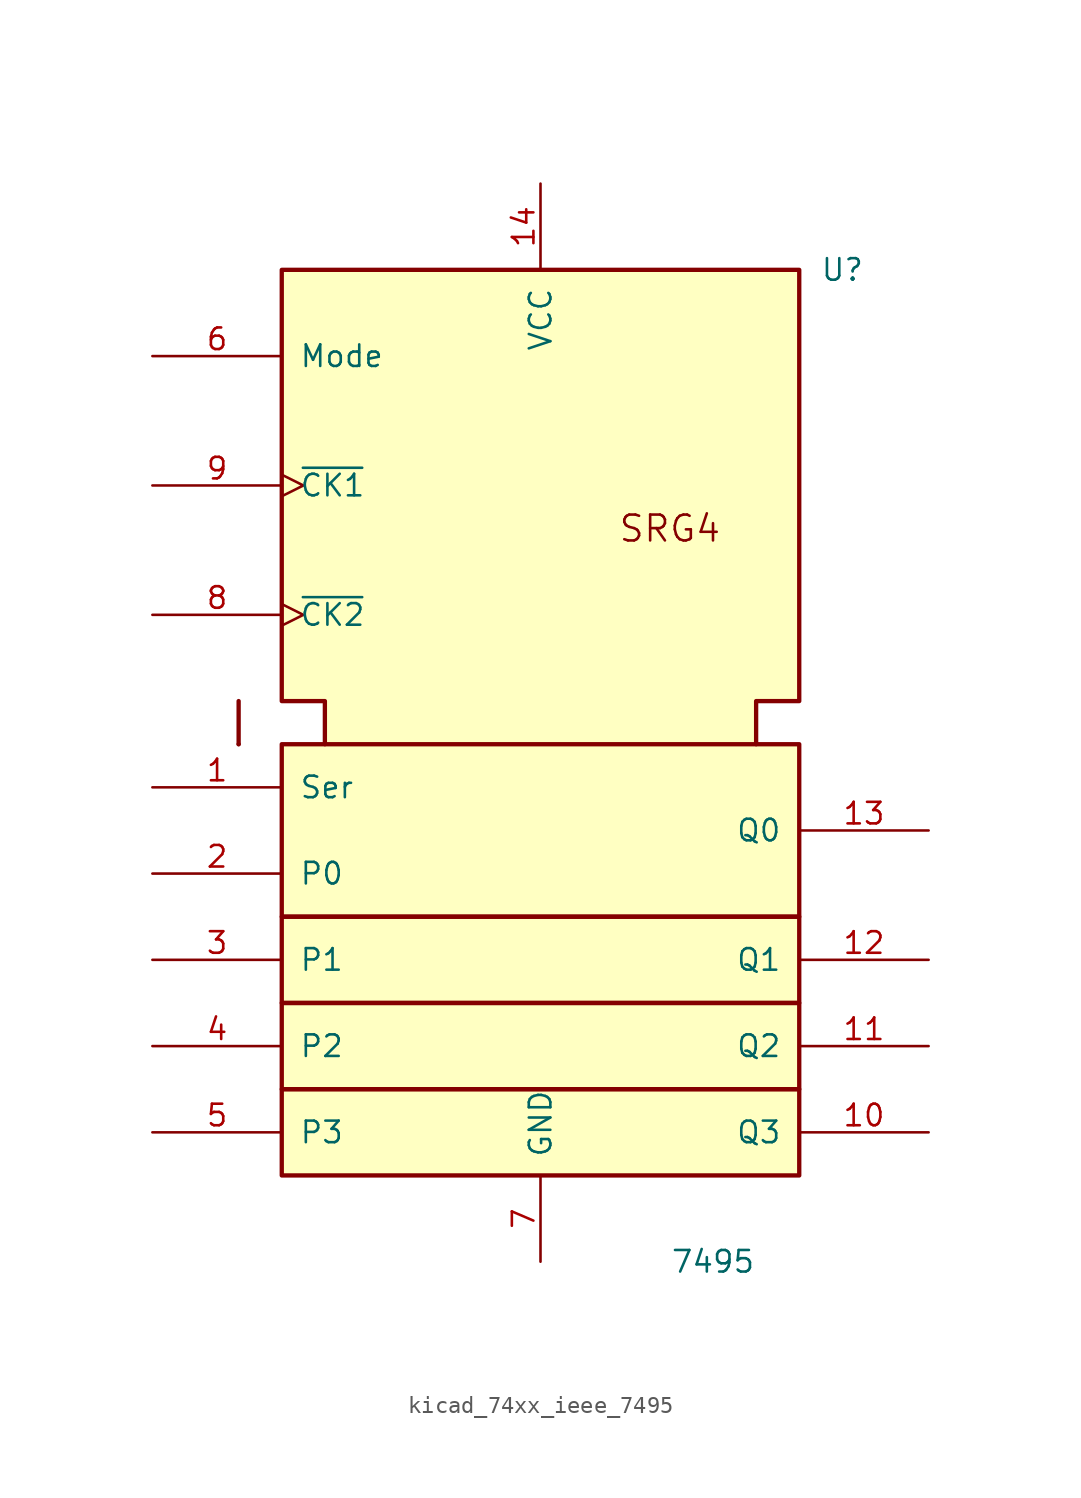
<source format=kicad_sym>
(kicad_symbol_lib
  (version 20220914)
  (generator kicad_symbol_editor)
  (symbol "kicad_74xx_ieee_7495"
    (pin_names
      (offset 1.016))
    (property "Reference" "U"
      (at 17.78 27.94 0)
      (effects (font (size 1.27 1.27))))
    (property "Value" "7495"
      (at 10.16 -30.48 0)
      (effects (font (size 1.27 1.27))))
    (symbol "kicad_74xx_ieee_7495_0_0"
      (polyline (pts (xy -17.78 0) (xy -17.78 0)) (stroke (width 0.254) (type default)) (fill (type background)))
      (polyline (pts (xy -17.78 2.54) (xy -17.78 0) (xy -17.78 0)) (stroke (width 0.254) (type default)) (fill (type background)))
      (text "SRG4" (at 7.62 12.7 0) (effects (font (size 1.524 1.524))))
      (pin power_in line (at 0 33.02 270) (length 5.08) (name "VCC" (effects (font (size 1.27 1.27)))) (number "14" (effects (font (size 1.27 1.27)))))
      (pin power_in line (at 0 -30.48 90) (length 5.08) (name "GND" (effects (font (size 1.27 1.27)))) (number "7" (effects (font (size 1.27 1.27))))))
    (symbol "kicad_74xx_ieee_7495_0_1"
      (rectangle (start -15.24 -20.32) (end 15.24 -25.4) (stroke (width 0.254) (type default)) (fill (type background)))
      (rectangle (start -15.24 -15.24) (end 15.24 -20.32) (stroke (width 0.254) (type default)) (fill (type background)))
      (rectangle (start -15.24 -10.16) (end 15.24 -15.24) (stroke (width 0.254) (type default)) (fill (type background)))
      (rectangle (start -15.24 0) (end 15.24 -10.16) (stroke (width 0.254) (type default)) (fill (type background)))
      (polyline (pts (xy -12.7 0) (xy -12.7 2.54) (xy -15.24 2.54) (xy -15.24 27.94) (xy 15.24 27.94) (xy 15.24 2.54) (xy 12.7 2.54) (xy 12.7 0) (xy 12.7 0)) (stroke (width 0.254) (type default)) (fill (type background))))
    (symbol "kicad_74xx_ieee_7495_1_1"
      (pin input line (at -22.86 -2.54 0) (length 7.62) (name "Ser" (effects (font (size 1.27 1.27)))) (number "1" (effects (font (size 1.27 1.27)))))
      (pin output line (at 22.86 -22.86 180) (length 7.62) (name "Q3" (effects (font (size 1.27 1.27)))) (number "10" (effects (font (size 1.27 1.27)))))
      (pin output line (at 22.86 -17.78 180) (length 7.62) (name "Q2" (effects (font (size 1.27 1.27)))) (number "11" (effects (font (size 1.27 1.27)))))
      (pin output line (at 22.86 -12.7 180) (length 7.62) (name "Q1" (effects (font (size 1.27 1.27)))) (number "12" (effects (font (size 1.27 1.27)))))
      (pin output line (at 22.86 -5.08 180) (length 7.62) (name "Q0" (effects (font (size 1.27 1.27)))) (number "13" (effects (font (size 1.27 1.27)))))
      (pin input line (at -22.86 -7.62 0) (length 7.62) (name "P0" (effects (font (size 1.27 1.27)))) (number "2" (effects (font (size 1.27 1.27)))))
      (pin input line (at -22.86 -12.7 0) (length 7.62) (name "P1" (effects (font (size 1.27 1.27)))) (number "3" (effects (font (size 1.27 1.27)))))
      (pin input line (at -22.86 -17.78 0) (length 7.62) (name "P2" (effects (font (size 1.27 1.27)))) (number "4" (effects (font (size 1.27 1.27)))))
      (pin input line (at -22.86 -22.86 0) (length 7.62) (name "P3" (effects (font (size 1.27 1.27)))) (number "5" (effects (font (size 1.27 1.27)))))
      (pin input line (at -22.86 22.86 0) (length 7.62) (name "Mode" (effects (font (size 1.27 1.27)))) (number "6" (effects (font (size 1.27 1.27)))))
      (pin input clock (at -22.86 7.62 0) (length 7.62) (name "~{CK2}" (effects (font (size 1.27 1.27)))) (number "8" (effects (font (size 1.27 1.27)))))
      (pin input clock (at -22.86 15.24 0) (length 7.62) (name "~{CK1}" (effects (font (size 1.27 1.27)))) (number "9" (effects (font (size 1.27 1.27))))))))
</source>
